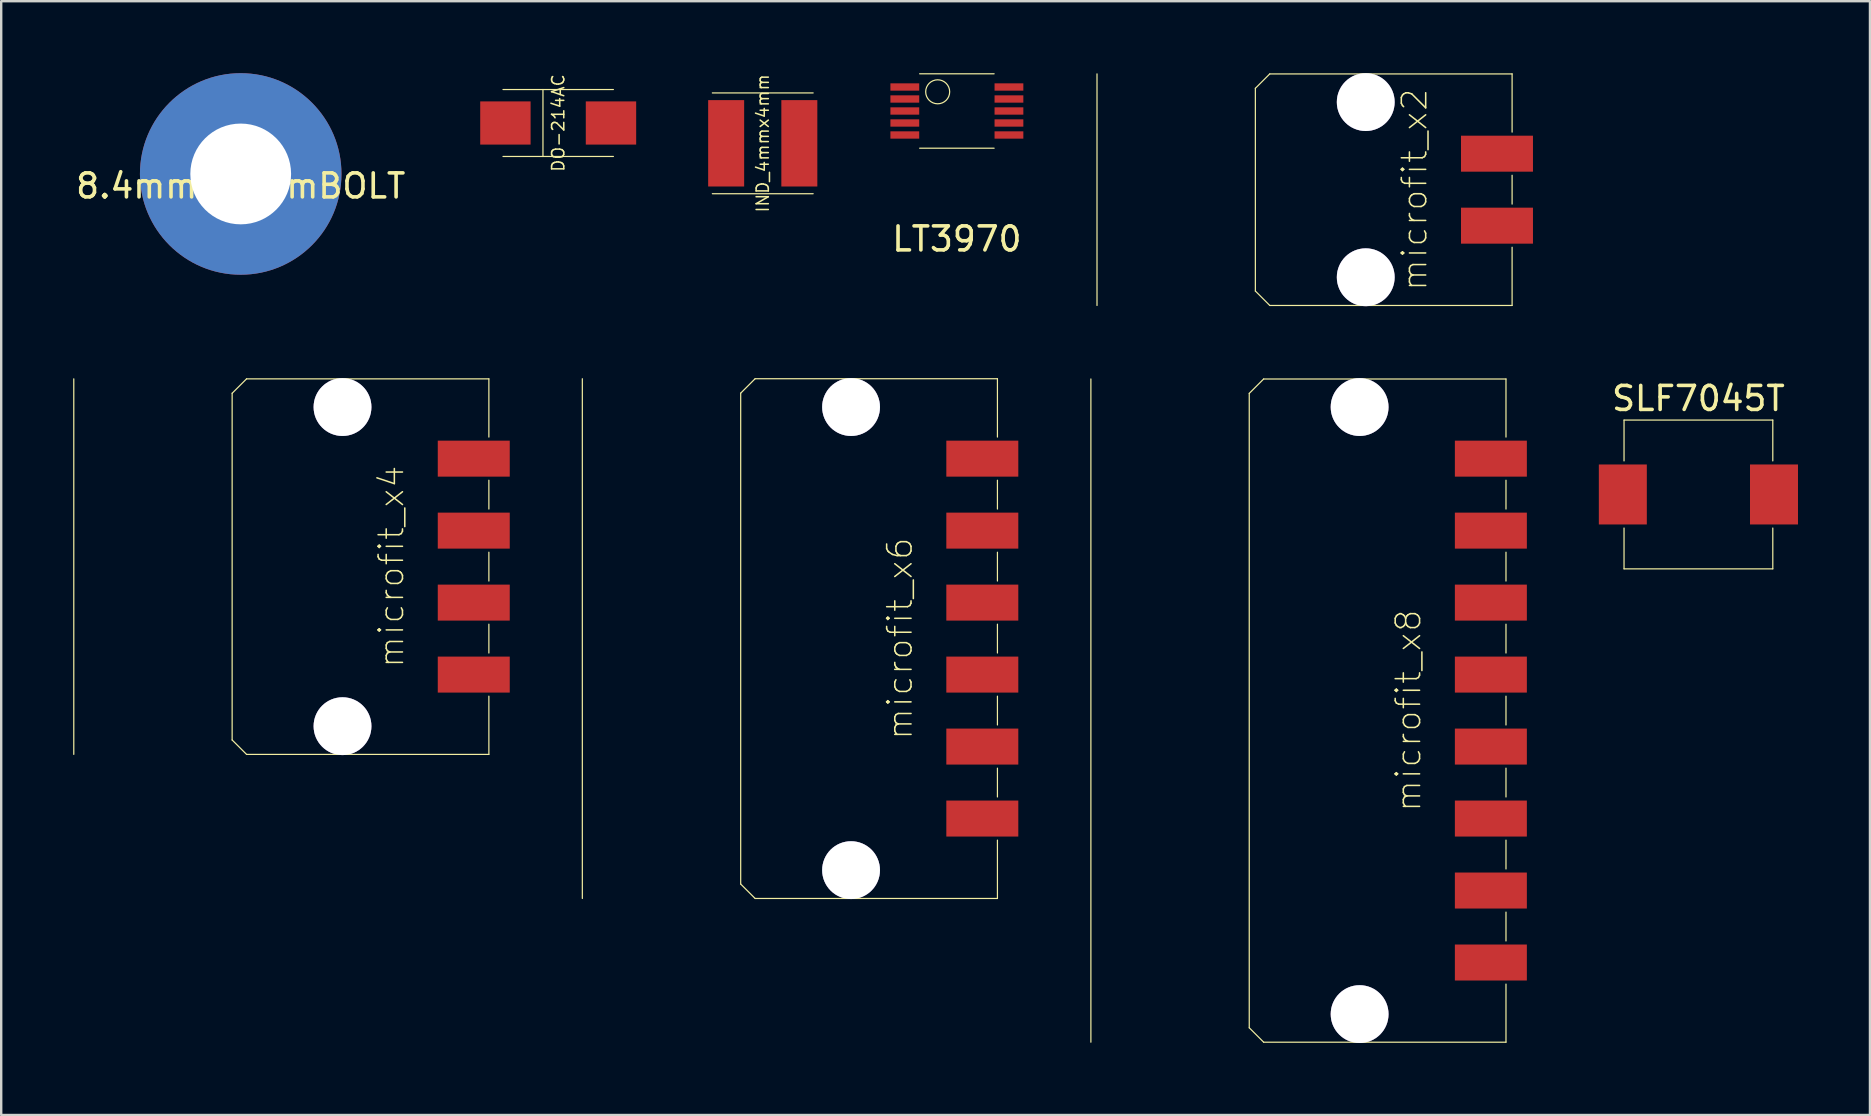
<source format=kicad_pcb>
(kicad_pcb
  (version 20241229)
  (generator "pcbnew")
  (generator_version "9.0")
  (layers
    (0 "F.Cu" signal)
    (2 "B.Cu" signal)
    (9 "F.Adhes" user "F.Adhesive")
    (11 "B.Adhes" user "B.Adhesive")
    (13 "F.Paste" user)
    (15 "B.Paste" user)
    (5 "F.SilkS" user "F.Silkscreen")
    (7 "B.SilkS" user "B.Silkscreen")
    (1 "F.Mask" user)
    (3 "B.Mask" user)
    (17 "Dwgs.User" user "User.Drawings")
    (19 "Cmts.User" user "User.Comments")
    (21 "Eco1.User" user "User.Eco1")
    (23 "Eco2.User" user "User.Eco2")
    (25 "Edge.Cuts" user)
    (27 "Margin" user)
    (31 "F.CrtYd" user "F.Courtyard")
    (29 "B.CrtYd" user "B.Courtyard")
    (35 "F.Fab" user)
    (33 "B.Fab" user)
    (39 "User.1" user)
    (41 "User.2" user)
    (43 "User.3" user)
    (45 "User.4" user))
  (footprint "SLF7045T"
    (layer "F.Cu")
    (at 67.735 17.558)
    (property "Reference" "SLF7045T" (at 0 -4 180) (layer "F.SilkS") (effects (font (size 1 1) (thickness 0.15))))
    (attr through_hole)
    (fp_line (start -3.1 -1.4) (end -3.1 -3.1) (stroke (width 0.05) (type solid)) (layer "F.SilkS"))
    (fp_line (start -3.1 1.4) (end -3.1 3.1) (stroke (width 0.05) (type solid)) (layer "F.SilkS"))
    (fp_line (start -3.1 3.1) (end 3.1 3.1) (stroke (width 0.05) (type solid)) (layer "F.SilkS"))
    (fp_line (start 3.1 -3.1) (end -3.1 -3.1) (stroke (width 0.05) (type solid)) (layer "F.SilkS"))
    (fp_line (start 3.1 -1.4) (end 3.1 -3.1) (stroke (width 0.05) (type solid)) (layer "F.SilkS"))
    (fp_line (start 3.1 1.4) (end 3.1 3.1) (stroke (width 0.05) (type solid)) (layer "F.SilkS"))
    (pad "1" smd rect (at -3.15 0) (size 2 2.5) (layers "F.Cu" "F.Mask" "F.Paste"))
    (pad "2" smd rect (at 3.15 0) (size 2 2.5) (layers "F.Cu" "F.Mask" "F.Paste")))
  (footprint "microfit_x2"
    (layer "F.Cu")
    (at 53.87 4.855)
    (property "Reference" "microfit_x2" (at 2.032 0 90) (layer "F.SilkS") (effects (font (size 1.016 1.016) (thickness 0.064))))
    (attr through_hole)
    (fp_line (start -11.2 4.825) (end -11.2 -4.825) (stroke (width 0.05) (type solid)) (layer "F.SilkS"))
    (fp_line (start -4.6 4.225) (end -4.6 -4.225) (stroke (width 0.05) (type solid)) (layer "F.SilkS"))
    (fp_line (start -4 -4.825) (end -4.6 -4.225) (stroke (width 0.05) (type solid)) (layer "F.SilkS"))
    (fp_line (start -4 4.825) (end -4.6 4.225) (stroke (width 0.05) (type solid)) (layer "F.SilkS"))
    (fp_line (start 6.1 -4.825) (end -4 -4.825) (stroke (width 0.05) (type solid)) (layer "F.SilkS"))
    (fp_line (start 6.1 -4.825) (end 6.1 -2.4) (stroke (width 0.05) (type solid)) (layer "F.SilkS"))
    (fp_line (start 6.1 0.6) (end 6.1 -0.6) (stroke (width 0.05) (type solid)) (layer "F.SilkS"))
    (fp_line (start 6.1 2.4) (end 6.1 4.825) (stroke (width 0.05) (type solid)) (layer "F.SilkS"))
    (fp_line (start 6.1 4.825) (end -4 4.825) (stroke (width 0.05) (type solid)) (layer "F.SilkS"))
    (pad "" thru_hole circle (at 0 -3.65) (size 2.41 2.41) (drill 2.41) (layers "*.Cu" "*.Mask"))
    (pad "" thru_hole circle (at 0 3.65) (size 2.41 2.41) (drill 2.41) (layers "*.Cu" "*.Mask"))
    (pad "1" smd rect (at 5.47 -1.5) (size 3 1.5) (layers "F.Cu" "F.Mask" "F.Paste"))
    (pad "2" smd rect (at 5.47 1.5) (size 3 1.5) (layers "F.Cu" "F.Mask" "F.Paste")))
  (footprint "DO-214AC"
    (layer "F.Cu")
    (at 20.214 2.076)
    (property "Reference" "DO-214AC" (at 0 0 90) (layer "F.SilkS") (effects (font (size 0.508 0.508) (thickness 0.064))))
    (attr through_hole)
    (fp_line (start -2.3 1.395) (end 2.3 1.395) (stroke (width 0.05) (type solid)) (layer "F.SilkS"))
    (fp_line (start -0.635 1.395) (end -0.635 -1.395) (stroke (width 0.05) (type solid)) (layer "F.SilkS"))
    (fp_line (start 2.3 -1.395) (end -2.3 -1.395) (stroke (width 0.05) (type solid)) (layer "F.SilkS"))
    (pad "1" smd rect (at -2.2 0) (size 2.1 1.8) (layers "F.Cu" "F.Mask" "F.Paste"))
    (pad "2" smd rect (at 2.2 0) (size 2.1 1.8) (layers "F.Cu" "F.Mask" "F.Paste")))
  (footprint "8.4mm4.2mmBOLT"
    (layer "F.Cu")
    (at 6.982 4.2)
    (property "Reference" "8.4mm4.2mmBOLT" (at 0 0.5 0) (layer "F.SilkS") (effects (font (size 1 1) (thickness 0.15))))
    (attr through_hole)
    (pad "1" thru_hole circle (at 0 0) (size 8.4 8.4) (drill 4.2) (layers "*.Cu" "*.Mask")))
  (footprint "microfit_x4"
    (layer "F.Cu")
    (at 11.225 20.565)
    (property "Reference" "microfit_x4" (at 2.032 0 90) (layer "F.SilkS") (effects (font (size 1.016 1.016) (thickness 0.064))))
    (attr through_hole)
    (fp_line (start -11.2 7.825) (end -11.2 -7.825) (stroke (width 0.05) (type solid)) (layer "F.SilkS"))
    (fp_line (start -4.6 7.225) (end -4.6 -7.225) (stroke (width 0.05) (type solid)) (layer "F.SilkS"))
    (fp_line (start -4 -7.825) (end -4.6 -7.225) (stroke (width 0.05) (type solid)) (layer "F.SilkS"))
    (fp_line (start -4 7.825) (end -4.6 7.225) (stroke (width 0.05) (type solid)) (layer "F.SilkS"))
    (fp_line (start 6.1 -7.825) (end -4 -7.825) (stroke (width 0.05) (type solid)) (layer "F.SilkS"))
    (fp_line (start 6.1 -7.825) (end 6.1 -5.4) (stroke (width 0.05) (type solid)) (layer "F.SilkS"))
    (fp_line (start 6.1 -2.4) (end 6.1 -3.6) (stroke (width 0.05) (type solid)) (layer "F.SilkS"))
    (fp_line (start 6.1 0.6) (end 6.1 -0.6) (stroke (width 0.05) (type solid)) (layer "F.SilkS"))
    (fp_line (start 6.1 2.4) (end 6.1 3.6) (stroke (width 0.05) (type solid)) (layer "F.SilkS"))
    (fp_line (start 6.1 5.4) (end 6.1 7.825) (stroke (width 0.05) (type solid)) (layer "F.SilkS"))
    (fp_line (start 6.1 7.825) (end -4 7.825) (stroke (width 0.05) (type solid)) (layer "F.SilkS"))
    (pad "" thru_hole circle (at 0 -6.65) (size 2.41 2.41) (drill 2.41) (layers "*.Cu" "*.Mask"))
    (pad "" thru_hole circle (at 0 6.65) (size 2.41 2.41) (drill 2.41) (layers "*.Cu" "*.Mask"))
    (pad "1" smd rect (at 5.47 -4.5) (size 3 1.5) (layers "F.Cu" "F.Mask" "F.Paste"))
    (pad "2" smd rect (at 5.47 -1.5) (size 3 1.5) (layers "F.Cu" "F.Mask" "F.Paste"))
    (pad "3" smd rect (at 5.47 1.5) (size 3 1.5) (layers "F.Cu" "F.Mask" "F.Paste"))
    (pad "4" smd rect (at 5.47 4.5) (size 3 1.5) (layers "F.Cu" "F.Mask" "F.Paste")))
  (footprint "LT3970"
    (layer "F.Cu")
    (at 36.83 1.576)
    (property "Reference" "LT3970" (at 0 5.334 0) (layer "F.SilkS") (effects (font (size 1 1) (thickness 0.15))))
    (attr through_hole)
    (fp_line (start -1.551 1.551) (end 1.551 1.551) (stroke (width 0.05) (type solid)) (layer "F.SilkS"))
    (fp_line (start 1.551 -1.551) (end -1.551 -1.551) (stroke (width 0.05) (type solid)) (layer "F.SilkS"))
    (fp_circle (center -0.8 -0.8) (end -0.3 -0.8) (stroke (width 0.05) (type solid)) (fill no) (layer "F.SilkS"))
    (pad "1" smd rect (at -2.17 -1) (size 1.2 0.305) (layers "F.Cu" "F.Mask" "F.Paste"))
    (pad "2" smd rect (at -2.17 -0.5) (size 1.2 0.305) (layers "F.Cu" "F.Mask" "F.Paste"))
    (pad "3" smd rect (at -2.17 0) (size 1.2 0.305) (layers "F.Cu" "F.Mask" "F.Paste"))
    (pad "4" smd rect (at -2.17 0.5) (size 1.2 0.305) (layers "F.Cu" "F.Mask" "F.Paste"))
    (pad "5" smd rect (at -2.17 1) (size 1.2 0.305) (layers "F.Cu" "F.Mask" "F.Paste"))
    (pad "6" smd rect (at 2.17 1) (size 1.2 0.305) (layers "F.Cu" "F.Mask" "F.Paste"))
    (pad "7" smd rect (at 2.17 0.5) (size 1.2 0.305) (layers "F.Cu" "F.Mask" "F.Paste"))
    (pad "8" smd rect (at 2.17 0) (size 1.2 0.305) (layers "F.Cu" "F.Mask" "F.Paste"))
    (pad "9" smd rect (at 2.17 -0.5) (size 1.2 0.305) (layers "F.Cu" "F.Mask" "F.Paste"))
    (pad "10" smd rect (at 2.17 -1) (size 1.2 0.305) (layers "F.Cu" "F.Mask" "F.Paste")))
  (footprint "microfit_x8"
    (layer "F.Cu")
    (at 53.615 26.565)
    (property "Reference" "microfit_x8" (at 2.032 0 90) (layer "F.SilkS") (effects (font (size 1.016 1.016) (thickness 0.064))))
    (attr through_hole)
    (fp_line (start -11.2 13.82) (end -11.2 -13.82) (stroke (width 0.05) (type solid)) (layer "F.SilkS"))
    (fp_line (start -4.6 13.22) (end -4.6 -13.22) (stroke (width 0.05) (type solid)) (layer "F.SilkS"))
    (fp_line (start -4 -13.82) (end -4.6 -13.22) (stroke (width 0.05) (type solid)) (layer "F.SilkS"))
    (fp_line (start -4 13.82) (end -4.6 13.22) (stroke (width 0.05) (type solid)) (layer "F.SilkS"))
    (fp_line (start 6.1 -13.82) (end -4 -13.82) (stroke (width 0.05) (type solid)) (layer "F.SilkS"))
    (fp_line (start 6.1 -13.82) (end 6.1 -11.4) (stroke (width 0.05) (type solid)) (layer "F.SilkS"))
    (fp_line (start 6.1 -8.4) (end 6.1 -9.6) (stroke (width 0.05) (type solid)) (layer "F.SilkS"))
    (fp_line (start 6.1 -6.6) (end 6.1 -5.4) (stroke (width 0.05) (type solid)) (layer "F.SilkS"))
    (fp_line (start 6.1 -2.4) (end 6.1 -3.6) (stroke (width 0.05) (type solid)) (layer "F.SilkS"))
    (fp_line (start 6.1 0.6) (end 6.1 -0.6) (stroke (width 0.05) (type solid)) (layer "F.SilkS"))
    (fp_line (start 6.1 2.4) (end 6.1 3.6) (stroke (width 0.05) (type solid)) (layer "F.SilkS"))
    (fp_line (start 6.1 6.6) (end 6.1 5.4) (stroke (width 0.05) (type solid)) (layer "F.SilkS"))
    (fp_line (start 6.1 8.4) (end 6.1 9.6) (stroke (width 0.05) (type solid)) (layer "F.SilkS"))
    (fp_line (start 6.1 11.4) (end 6.1 13.82) (stroke (width 0.05) (type solid)) (layer "F.SilkS"))
    (fp_line (start 6.1 13.82) (end -4 13.82) (stroke (width 0.05) (type solid)) (layer "F.SilkS"))
    (pad "" thru_hole circle (at 0 -12.65) (size 2.41 2.41) (drill 2.41) (layers "*.Cu" "*.Mask"))
    (pad "" thru_hole circle (at 0 12.65) (size 2.41 2.41) (drill 2.41) (layers "*.Cu" "*.Mask"))
    (pad "1" smd rect (at 5.47 -10.5) (size 3 1.5) (layers "F.Cu" "F.Mask" "F.Paste"))
    (pad "2" smd rect (at 5.47 -7.5) (size 3 1.5) (layers "F.Cu" "F.Mask" "F.Paste"))
    (pad "3" smd rect (at 5.47 -4.5) (size 3 1.5) (layers "F.Cu" "F.Mask" "F.Paste"))
    (pad "4" smd rect (at 5.47 -1.5) (size 3 1.5) (layers "F.Cu" "F.Mask" "F.Paste"))
    (pad "5" smd rect (at 5.47 1.5) (size 3 1.5) (layers "F.Cu" "F.Mask" "F.Paste"))
    (pad "6" smd rect (at 5.47 4.5) (size 3 1.5) (layers "F.Cu" "F.Mask" "F.Paste"))
    (pad "7" smd rect (at 5.47 7.5) (size 3 1.5) (layers "F.Cu" "F.Mask" "F.Paste"))
    (pad "8" smd rect (at 5.47 10.5) (size 3 1.5) (layers "F.Cu" "F.Mask" "F.Paste")))
  (footprint "IND_4mmx4mm"
    (layer "F.Cu")
    (at 28.739 2.923)
    (property "Reference" "IND_4mmx4mm" (at 0 0 90) (layer "F.SilkS") (effects (font (size 0.508 0.508) (thickness 0.064))))
    (attr through_hole)
    (fp_line (start 2.1 -2.1) (end -2.1 -2.1) (stroke (width 0.05) (type solid)) (layer "F.SilkS"))
    (fp_line (start 2.1 2.1) (end -2.1 2.1) (stroke (width 0.05) (type solid)) (layer "F.SilkS"))
    (pad "1" smd rect (at -1.525 0) (size 1.5 3.6) (layers "F.Cu" "F.Mask" "F.Paste"))
    (pad "2" smd rect (at 1.525 0) (size 1.5 3.6) (layers "F.Cu" "F.Mask" "F.Paste")))
  (footprint "microfit_x6"
    (layer "F.Cu")
    (at 32.42 23.565)
    (property "Reference" "microfit_x6" (at 2.032 0 90) (layer "F.SilkS") (effects (font (size 1.016 1.016) (thickness 0.064))))
    (attr through_hole)
    (fp_line (start -11.2 10.83) (end -11.2 -10.83) (stroke (width 0.05) (type solid)) (layer "F.SilkS"))
    (fp_line (start -4.6 10.23) (end -4.6 -10.23) (stroke (width 0.05) (type solid)) (layer "F.SilkS"))
    (fp_line (start -4 -10.83) (end -4.6 -10.23) (stroke (width 0.05) (type solid)) (layer "F.SilkS"))
    (fp_line (start -4 10.83) (end -4.6 10.23) (stroke (width 0.05) (type solid)) (layer "F.SilkS"))
    (fp_line (start 6.1 -10.83) (end -4 -10.83) (stroke (width 0.05) (type solid)) (layer "F.SilkS"))
    (fp_line (start 6.1 -10.83) (end 6.1 -8.4) (stroke (width 0.05) (type solid)) (layer "F.SilkS"))
    (fp_line (start 6.1 -6.6) (end 6.1 -5.4) (stroke (width 0.05) (type solid)) (layer "F.SilkS"))
    (fp_line (start 6.1 -2.4) (end 6.1 -3.6) (stroke (width 0.05) (type solid)) (layer "F.SilkS"))
    (fp_line (start 6.1 0.6) (end 6.1 -0.6) (stroke (width 0.05) (type solid)) (layer "F.SilkS"))
    (fp_line (start 6.1 2.4) (end 6.1 3.6) (stroke (width 0.05) (type solid)) (layer "F.SilkS"))
    (fp_line (start 6.1 6.6) (end 6.1 5.4) (stroke (width 0.05) (type solid)) (layer "F.SilkS"))
    (fp_line (start 6.1 8.4) (end 6.1 10.83) (stroke (width 0.05) (type solid)) (layer "F.SilkS"))
    (fp_line (start 6.1 10.83) (end -4 10.83) (stroke (width 0.05) (type solid)) (layer "F.SilkS"))
    (pad "" thru_hole circle (at 0 -9.65) (size 2.41 2.41) (drill 2.41) (layers "*.Cu" "*.Mask"))
    (pad "" thru_hole circle (at 0 9.65) (size 2.41 2.41) (drill 2.41) (layers "*.Cu" "*.Mask"))
    (pad "1" smd rect (at 5.47 -7.5) (size 3 1.5) (layers "F.Cu" "F.Mask" "F.Paste"))
    (pad "2" smd rect (at 5.47 -4.5) (size 3 1.5) (layers "F.Cu" "F.Mask" "F.Paste"))
    (pad "3" smd rect (at 5.47 -1.5) (size 3 1.5) (layers "F.Cu" "F.Mask" "F.Paste"))
    (pad "4" smd rect (at 5.47 1.5) (size 3 1.5) (layers "F.Cu" "F.Mask" "F.Paste"))
    (pad "5" smd rect (at 5.47 4.5) (size 3 1.5) (layers "F.Cu" "F.Mask" "F.Paste"))
    (pad "6" smd rect (at 5.47 7.5) (size 3 1.5) (layers "F.Cu" "F.Mask" "F.Paste")))
  (gr_rect
    (start -3 -3)
    (end 74.885 43.42)
    (stroke (width 0.1) (type default))
    (fill no)
    (layer "Edge.Cuts")))
</source>
